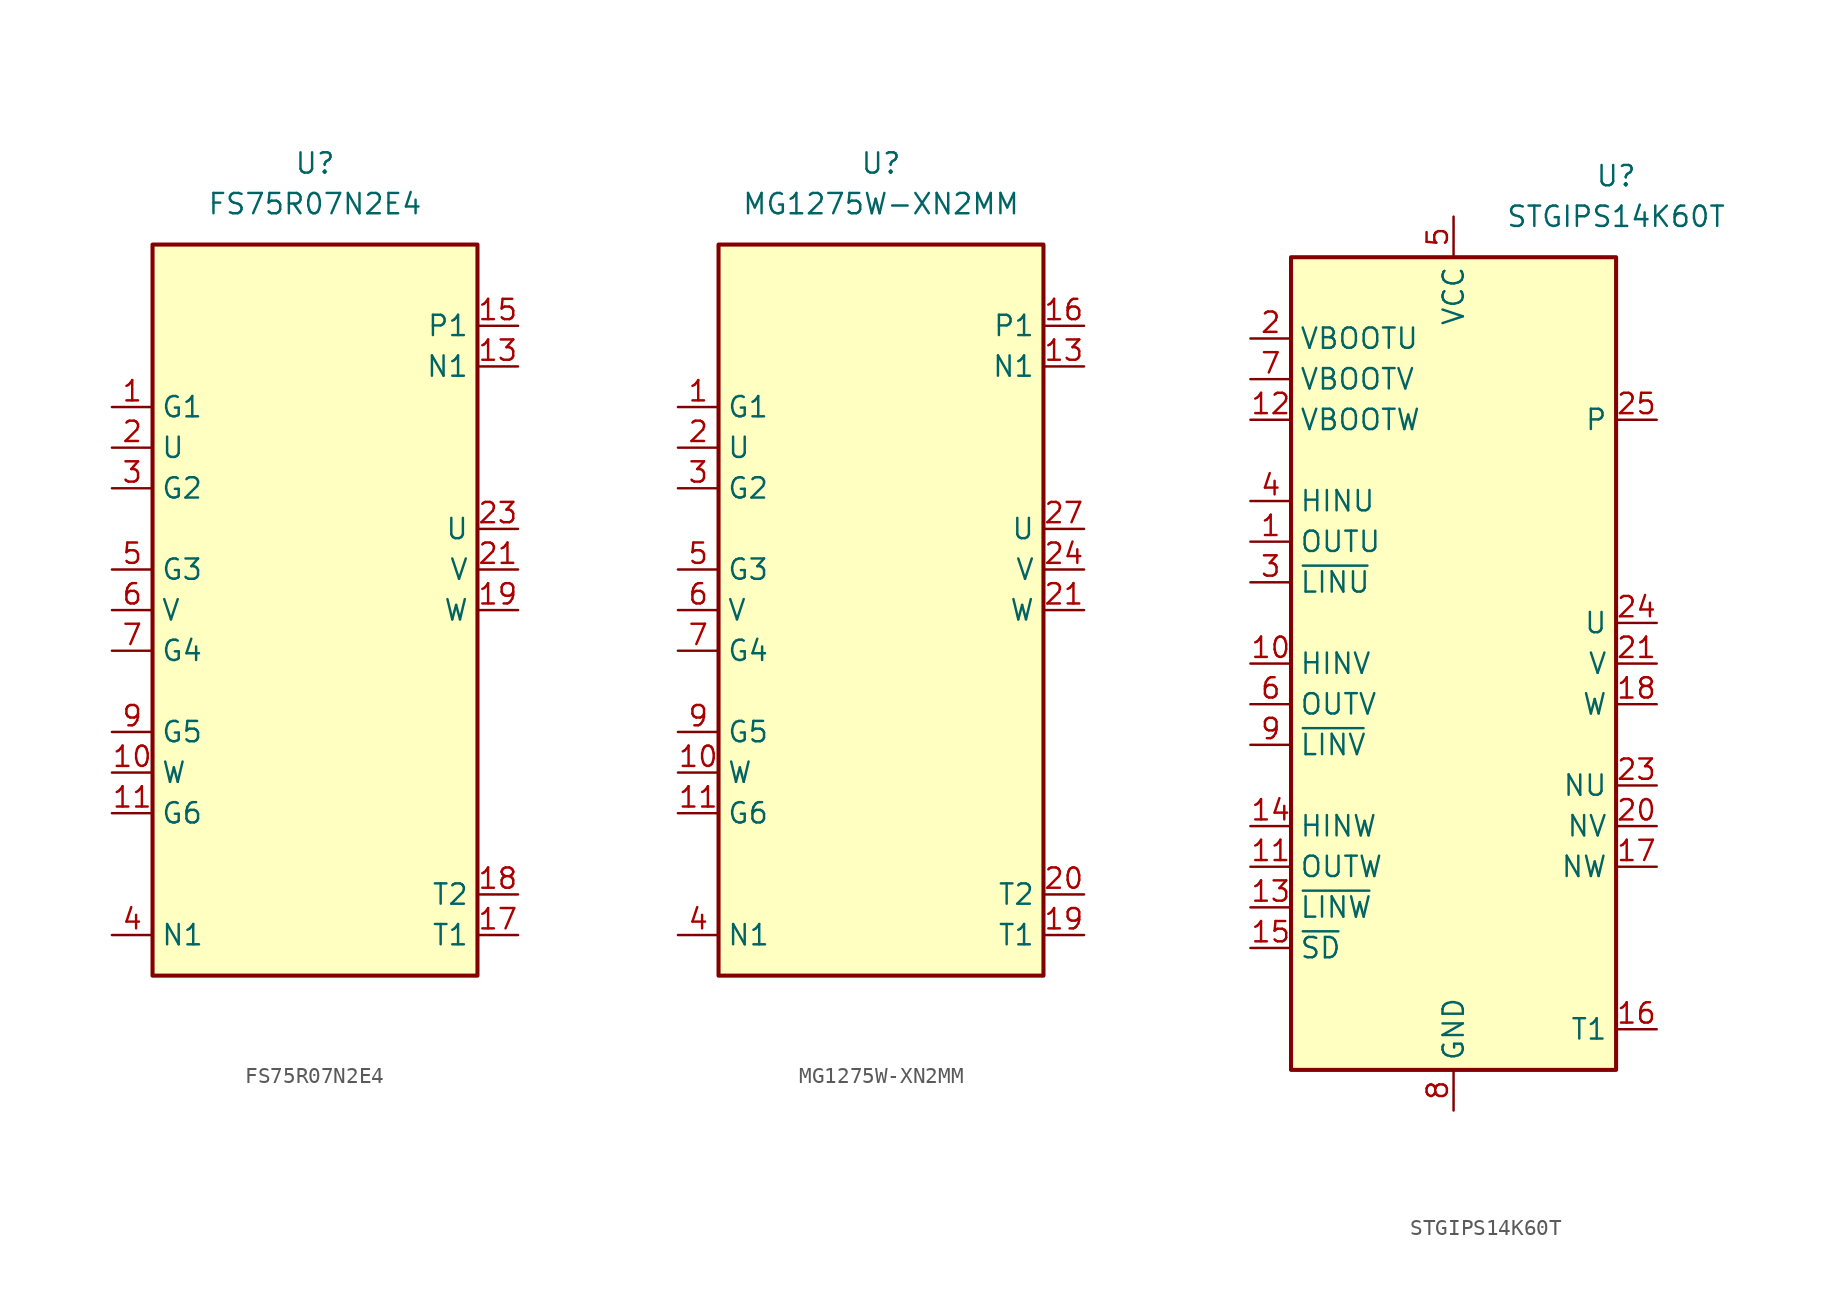
<source format=kicad_sym>
(kicad_symbol_lib
  (version 20211014)
  (generator kicad_symbol_editor)
  (symbol "FS75R07N2E4"
    (property "Reference" "U"
      (at 0 25.4 0)
      (effects (font (size 1.27 1.27))))
    (property "Value" "FS75R07N2E4"
      (at 0 22.86 0)
      (effects (font (size 1.27 1.27))))
    (symbol "FS75R07N2E4_0_0"
      (pin passive line (at 12.7 12.7 180) (length 2.54) (name "N1" (effects (font (size 1.27 1.27)))) (number "13" (effects (font (size 1.27 1.27)))))
      (pin passive line (at 12.7 12.7 180) (length 2.54) hide (name "N1" (effects (font (size 1.27 1.27)))) (number "14" (effects (font (size 1.27 1.27)))))
      (pin passive line (at 12.7 15.24 180) (length 2.54) (name "P1" (effects (font (size 1.27 1.27)))) (number "15" (effects (font (size 1.27 1.27)))))
      (pin passive line (at 12.7 15.24 180) (length 2.54) hide (name "P1" (effects (font (size 1.27 1.27)))) (number "16" (effects (font (size 1.27 1.27)))))
      (pin passive line (at 12.7 -22.86 180) (length 2.54) (name "T1" (effects (font (size 1.27 1.27)))) (number "17" (effects (font (size 1.27 1.27)))))
      (pin passive line (at 12.7 -20.32 180) (length 2.54) (name "T2" (effects (font (size 1.27 1.27)))) (number "18" (effects (font (size 1.27 1.27)))))
      (pin passive line (at 12.7 -2.54 180) (length 2.54) (name "W" (effects (font (size 1.27 1.27)))) (number "19" (effects (font (size 1.27 1.27)))))
      (pin passive line (at 12.7 -2.54 180) (length 2.54) hide (name "W" (effects (font (size 1.27 1.27)))) (number "20" (effects (font (size 1.27 1.27)))))
      (pin passive line (at 12.7 0 180) (length 2.54) (name "V" (effects (font (size 1.27 1.27)))) (number "21" (effects (font (size 1.27 1.27)))))
      (pin passive line (at 12.7 0 180) (length 2.54) hide (name "V" (effects (font (size 1.27 1.27)))) (number "22" (effects (font (size 1.27 1.27)))))
      (pin passive line (at 12.7 2.54 180) (length 2.54) (name "U" (effects (font (size 1.27 1.27)))) (number "23" (effects (font (size 1.27 1.27)))))
      (pin passive line (at 12.7 2.54 180) (length 2.54) hide (name "U" (effects (font (size 1.27 1.27)))) (number "24" (effects (font (size 1.27 1.27)))))
      (pin passive line (at 12.7 15.24 180) (length 2.54) hide (name "P1" (effects (font (size 1.27 1.27)))) (number "25" (effects (font (size 1.27 1.27)))))
      (pin passive line (at 12.7 15.24 180) (length 2.54) hide (name "P1" (effects (font (size 1.27 1.27)))) (number "26" (effects (font (size 1.27 1.27)))))
      (pin passive line (at 12.7 12.7 180) (length 2.54) hide (name "N1" (effects (font (size 1.27 1.27)))) (number "27" (effects (font (size 1.27 1.27)))))
      (pin passive line (at 12.7 12.7 180) (length 2.54) hide (name "N1" (effects (font (size 1.27 1.27)))) (number "28" (effects (font (size 1.27 1.27))))))
    (symbol "FS75R07N2E4_1_1"
      (rectangle (start -10.16 20.32) (end 10.16 -25.4) (stroke (width 0.254) (type default) (color 0 0 0 0)) (fill (type background)))
      (pin passive line (at -12.7 10.16 0) (length 2.54) (name "G1" (effects (font (size 1.27 1.27)))) (number "1" (effects (font (size 1.27 1.27)))))
      (pin passive line (at -12.7 -12.7 0) (length 2.54) (name "W" (effects (font (size 1.27 1.27)))) (number "10" (effects (font (size 1.27 1.27)))))
      (pin passive line (at -12.7 -15.24 0) (length 2.54) (name "G6" (effects (font (size 1.27 1.27)))) (number "11" (effects (font (size 1.27 1.27)))))
      (pin passive line (at -12.7 -22.86 0) (length 2.54) hide (name "N1" (effects (font (size 1.27 1.27)))) (number "12" (effects (font (size 1.27 1.27)))))
      (pin passive line (at -12.7 7.62 0) (length 2.54) (name "U" (effects (font (size 1.27 1.27)))) (number "2" (effects (font (size 1.27 1.27)))))
      (pin passive line (at -12.7 5.08 0) (length 2.54) (name "G2" (effects (font (size 1.27 1.27)))) (number "3" (effects (font (size 1.27 1.27)))))
      (pin passive line (at -12.7 -22.86 0) (length 2.54) (name "N1" (effects (font (size 1.27 1.27)))) (number "4" (effects (font (size 1.27 1.27)))))
      (pin passive line (at -12.7 0 0) (length 2.54) (name "G3" (effects (font (size 1.27 1.27)))) (number "5" (effects (font (size 1.27 1.27)))))
      (pin passive line (at -12.7 -2.54 0) (length 2.54) (name "V" (effects (font (size 1.27 1.27)))) (number "6" (effects (font (size 1.27 1.27)))))
      (pin passive line (at -12.7 -5.08 0) (length 2.54) (name "G4" (effects (font (size 1.27 1.27)))) (number "7" (effects (font (size 1.27 1.27)))))
      (pin passive line (at -12.7 -22.86 0) (length 2.54) hide (name "N1" (effects (font (size 1.27 1.27)))) (number "8" (effects (font (size 1.27 1.27)))))
      (pin passive line (at -12.7 -10.16 0) (length 2.54) (name "G5" (effects (font (size 1.27 1.27)))) (number "9" (effects (font (size 1.27 1.27)))))))
  (symbol "MG1275W-XN2MM"
    (property "Reference" "U"
      (at 0 27.94 0)
      (effects (font (size 1.27 1.27))))
    (property "Value" "MG1275W-XN2MM"
      (at 0 25.4 0)
      (effects (font (size 1.27 1.27))))
    (symbol "MG1275W-XN2MM_0_0"
      (pin passive line (at 12.7 15.24 180) (length 2.54) (name "N1" (effects (font (size 1.27 1.27)))) (number "13" (effects (font (size 1.27 1.27)))))
      (pin passive line (at 12.7 15.24 180) (length 2.54) hide (name "N1" (effects (font (size 1.27 1.27)))) (number "14" (effects (font (size 1.27 1.27)))))
      (pin passive line (at 12.7 15.24 180) (length 2.54) hide (name "N1" (effects (font (size 1.27 1.27)))) (number "15" (effects (font (size 1.27 1.27)))))
      (pin passive line (at 12.7 17.78 180) (length 2.54) (name "P1" (effects (font (size 1.27 1.27)))) (number "16" (effects (font (size 1.27 1.27)))))
      (pin passive line (at 12.7 17.78 180) (length 2.54) hide (name "P1" (effects (font (size 1.27 1.27)))) (number "17" (effects (font (size 1.27 1.27)))))
      (pin passive line (at 12.7 17.78 180) (length 2.54) hide (name "P1" (effects (font (size 1.27 1.27)))) (number "18" (effects (font (size 1.27 1.27)))))
      (pin passive line (at 12.7 -20.32 180) (length 2.54) (name "T1" (effects (font (size 1.27 1.27)))) (number "19" (effects (font (size 1.27 1.27)))))
      (pin passive line (at 12.7 -17.78 180) (length 2.54) (name "T2" (effects (font (size 1.27 1.27)))) (number "20" (effects (font (size 1.27 1.27)))))
      (pin passive line (at 12.7 17.78 180) (length 2.54) hide (name "P1" (effects (font (size 1.27 1.27)))) (number "30" (effects (font (size 1.27 1.27)))))
      (pin passive line (at 12.7 17.78 180) (length 2.54) hide (name "P1" (effects (font (size 1.27 1.27)))) (number "31" (effects (font (size 1.27 1.27)))))
      (pin passive line (at 12.7 17.78 180) (length 2.54) hide (name "P1" (effects (font (size 1.27 1.27)))) (number "32" (effects (font (size 1.27 1.27)))))
      (pin passive line (at 12.7 15.24 180) (length 2.54) hide (name "N1" (effects (font (size 1.27 1.27)))) (number "33" (effects (font (size 1.27 1.27)))))
      (pin passive line (at 12.7 15.24 180) (length 2.54) hide (name "N1" (effects (font (size 1.27 1.27)))) (number "34" (effects (font (size 1.27 1.27)))))
      (pin passive line (at 12.7 15.24 180) (length 2.54) hide (name "N1" (effects (font (size 1.27 1.27)))) (number "35" (effects (font (size 1.27 1.27))))))
    (symbol "MG1275W-XN2MM_1_1"
      (rectangle (start -10.16 22.86) (end 10.16 -22.86) (stroke (width 0.254) (type default) (color 0 0 0 0)) (fill (type background)))
      (pin passive line (at -12.7 12.7 0) (length 2.54) (name "G1" (effects (font (size 1.27 1.27)))) (number "1" (effects (font (size 1.27 1.27)))))
      (pin passive line (at -12.7 -10.16 0) (length 2.54) (name "W" (effects (font (size 1.27 1.27)))) (number "10" (effects (font (size 1.27 1.27)))))
      (pin passive line (at -12.7 -12.7 0) (length 2.54) (name "G6" (effects (font (size 1.27 1.27)))) (number "11" (effects (font (size 1.27 1.27)))))
      (pin passive line (at -12.7 -20.32 0) (length 2.54) hide (name "N1" (effects (font (size 1.27 1.27)))) (number "12" (effects (font (size 1.27 1.27)))))
      (pin passive line (at -12.7 10.16 0) (length 2.54) (name "U" (effects (font (size 1.27 1.27)))) (number "2" (effects (font (size 1.27 1.27)))))
      (pin passive line (at 12.7 0 180) (length 2.54) (name "W" (effects (font (size 1.27 1.27)))) (number "21" (effects (font (size 1.27 1.27)))))
      (pin passive line (at 12.7 0 180) (length 2.54) hide (name "W" (effects (font (size 1.27 1.27)))) (number "22" (effects (font (size 1.27 1.27)))))
      (pin passive line (at 12.7 0 180) (length 2.54) hide (name "W" (effects (font (size 1.27 1.27)))) (number "23" (effects (font (size 1.27 1.27)))))
      (pin passive line (at 12.7 2.54 180) (length 2.54) (name "V" (effects (font (size 1.27 1.27)))) (number "24" (effects (font (size 1.27 1.27)))))
      (pin passive line (at 12.7 2.54 180) (length 2.54) hide (name "V" (effects (font (size 1.27 1.27)))) (number "25" (effects (font (size 1.27 1.27)))))
      (pin passive line (at 12.7 2.54 180) (length 2.54) hide (name "V" (effects (font (size 1.27 1.27)))) (number "26" (effects (font (size 1.27 1.27)))))
      (pin passive line (at 12.7 5.08 180) (length 2.54) (name "U" (effects (font (size 1.27 1.27)))) (number "27" (effects (font (size 1.27 1.27)))))
      (pin passive line (at 12.7 5.08 180) (length 2.54) hide (name "U" (effects (font (size 1.27 1.27)))) (number "28" (effects (font (size 1.27 1.27)))))
      (pin passive line (at 12.7 5.08 180) (length 2.54) hide (name "U" (effects (font (size 1.27 1.27)))) (number "29" (effects (font (size 1.27 1.27)))))
      (pin passive line (at -12.7 7.62 0) (length 2.54) (name "G2" (effects (font (size 1.27 1.27)))) (number "3" (effects (font (size 1.27 1.27)))))
      (pin passive line (at -12.7 -20.32 0) (length 2.54) (name "N1" (effects (font (size 1.27 1.27)))) (number "4" (effects (font (size 1.27 1.27)))))
      (pin passive line (at -12.7 2.54 0) (length 2.54) (name "G3" (effects (font (size 1.27 1.27)))) (number "5" (effects (font (size 1.27 1.27)))))
      (pin passive line (at -12.7 0 0) (length 2.54) (name "V" (effects (font (size 1.27 1.27)))) (number "6" (effects (font (size 1.27 1.27)))))
      (pin passive line (at -12.7 -2.54 0) (length 2.54) (name "G4" (effects (font (size 1.27 1.27)))) (number "7" (effects (font (size 1.27 1.27)))))
      (pin passive line (at -12.7 -20.32 0) (length 2.54) hide (name "N1" (effects (font (size 1.27 1.27)))) (number "8" (effects (font (size 1.27 1.27)))))
      (pin passive line (at -12.7 -7.62 0) (length 2.54) (name "G5" (effects (font (size 1.27 1.27)))) (number "9" (effects (font (size 1.27 1.27)))))))
  (symbol "STGIPS14K60T"
    (property "Reference" "U"
      (at 10.16 30.48 0)
      (effects (font (size 1.27 1.27))))
    (property "Value" "STGIPS14K60T"
      (at 10.16 27.94 0)
      (effects (font (size 1.27 1.27))))
    (symbol "STGIPS14K60T_0_1"
      (rectangle (start -10.16 25.4) (end 10.16 -25.4) (stroke (width 0.254) (type default) (color 0 0 0 0)) (fill (type background))))
    (symbol "STGIPS14K60T_1_1"
      (pin output line (at -12.7 7.62 0) (length 2.54) (name "OUTU" (effects (font (size 1.27 1.27)))) (number "1" (effects (font (size 1.27 1.27)))))
      (pin input line (at -12.7 0 0) (length 2.54) (name "HINV" (effects (font (size 1.27 1.27)))) (number "10" (effects (font (size 1.27 1.27)))))
      (pin output line (at -12.7 -12.7 0) (length 2.54) (name "OUTW" (effects (font (size 1.27 1.27)))) (number "11" (effects (font (size 1.27 1.27)))))
      (pin passive line (at -12.7 15.24 0) (length 2.54) (name "VBOOTW" (effects (font (size 1.27 1.27)))) (number "12" (effects (font (size 1.27 1.27)))))
      (pin input line (at -12.7 -15.24 0) (length 2.54) (name "~{LINW}" (effects (font (size 1.27 1.27)))) (number "13" (effects (font (size 1.27 1.27)))))
      (pin input line (at -12.7 -10.16 0) (length 2.54) (name "HINW" (effects (font (size 1.27 1.27)))) (number "14" (effects (font (size 1.27 1.27)))))
      (pin input line (at -12.7 -17.78 0) (length 2.54) (name "~{SD}" (effects (font (size 1.27 1.27)))) (number "15" (effects (font (size 1.27 1.27)))))
      (pin passive line (at 12.7 -22.86 180) (length 2.54) (name "T1" (effects (font (size 1.27 1.27)))) (number "16" (effects (font (size 1.27 1.27)))))
      (pin passive line (at 12.7 -12.7 180) (length 2.54) (name "NW" (effects (font (size 1.27 1.27)))) (number "17" (effects (font (size 1.27 1.27)))))
      (pin passive line (at 12.7 -2.54 180) (length 2.54) (name "W" (effects (font (size 1.27 1.27)))) (number "18" (effects (font (size 1.27 1.27)))))
      (pin passive line (at 12.7 15.24 180) (length 2.54) hide (name "P" (effects (font (size 1.27 1.27)))) (number "19" (effects (font (size 1.27 1.27)))))
      (pin passive line (at -12.7 20.32 0) (length 2.54) (name "VBOOTU" (effects (font (size 1.27 1.27)))) (number "2" (effects (font (size 1.27 1.27)))))
      (pin passive line (at 12.7 -10.16 180) (length 2.54) (name "NV" (effects (font (size 1.27 1.27)))) (number "20" (effects (font (size 1.27 1.27)))))
      (pin passive line (at 12.7 0 180) (length 2.54) (name "V" (effects (font (size 1.27 1.27)))) (number "21" (effects (font (size 1.27 1.27)))))
      (pin passive line (at 12.7 15.24 180) (length 2.54) hide (name "P" (effects (font (size 1.27 1.27)))) (number "22" (effects (font (size 1.27 1.27)))))
      (pin passive line (at 12.7 -7.62 180) (length 2.54) (name "NU" (effects (font (size 1.27 1.27)))) (number "23" (effects (font (size 1.27 1.27)))))
      (pin passive line (at 12.7 2.54 180) (length 2.54) (name "U" (effects (font (size 1.27 1.27)))) (number "24" (effects (font (size 1.27 1.27)))))
      (pin passive line (at 12.7 15.24 180) (length 2.54) (name "P" (effects (font (size 1.27 1.27)))) (number "25" (effects (font (size 1.27 1.27)))))
      (pin input line (at -12.7 5.08 0) (length 2.54) (name "~{LINU}" (effects (font (size 1.27 1.27)))) (number "3" (effects (font (size 1.27 1.27)))))
      (pin input line (at -12.7 10.16 0) (length 2.54) (name "HINU" (effects (font (size 1.27 1.27)))) (number "4" (effects (font (size 1.27 1.27)))))
      (pin power_in line (at 0 27.94 270) (length 2.54) (name "VCC" (effects (font (size 1.27 1.27)))) (number "5" (effects (font (size 1.27 1.27)))))
      (pin output line (at -12.7 -2.54 0) (length 2.54) (name "OUTV" (effects (font (size 1.27 1.27)))) (number "6" (effects (font (size 1.27 1.27)))))
      (pin passive line (at -12.7 17.78 0) (length 2.54) (name "VBOOTV" (effects (font (size 1.27 1.27)))) (number "7" (effects (font (size 1.27 1.27)))))
      (pin power_in line (at 0 -27.94 90) (length 2.54) (name "GND" (effects (font (size 1.27 1.27)))) (number "8" (effects (font (size 1.27 1.27)))))
      (pin input line (at -12.7 -5.08 0) (length 2.54) (name "~{LINV}" (effects (font (size 1.27 1.27)))) (number "9" (effects (font (size 1.27 1.27))))))))
</source>
